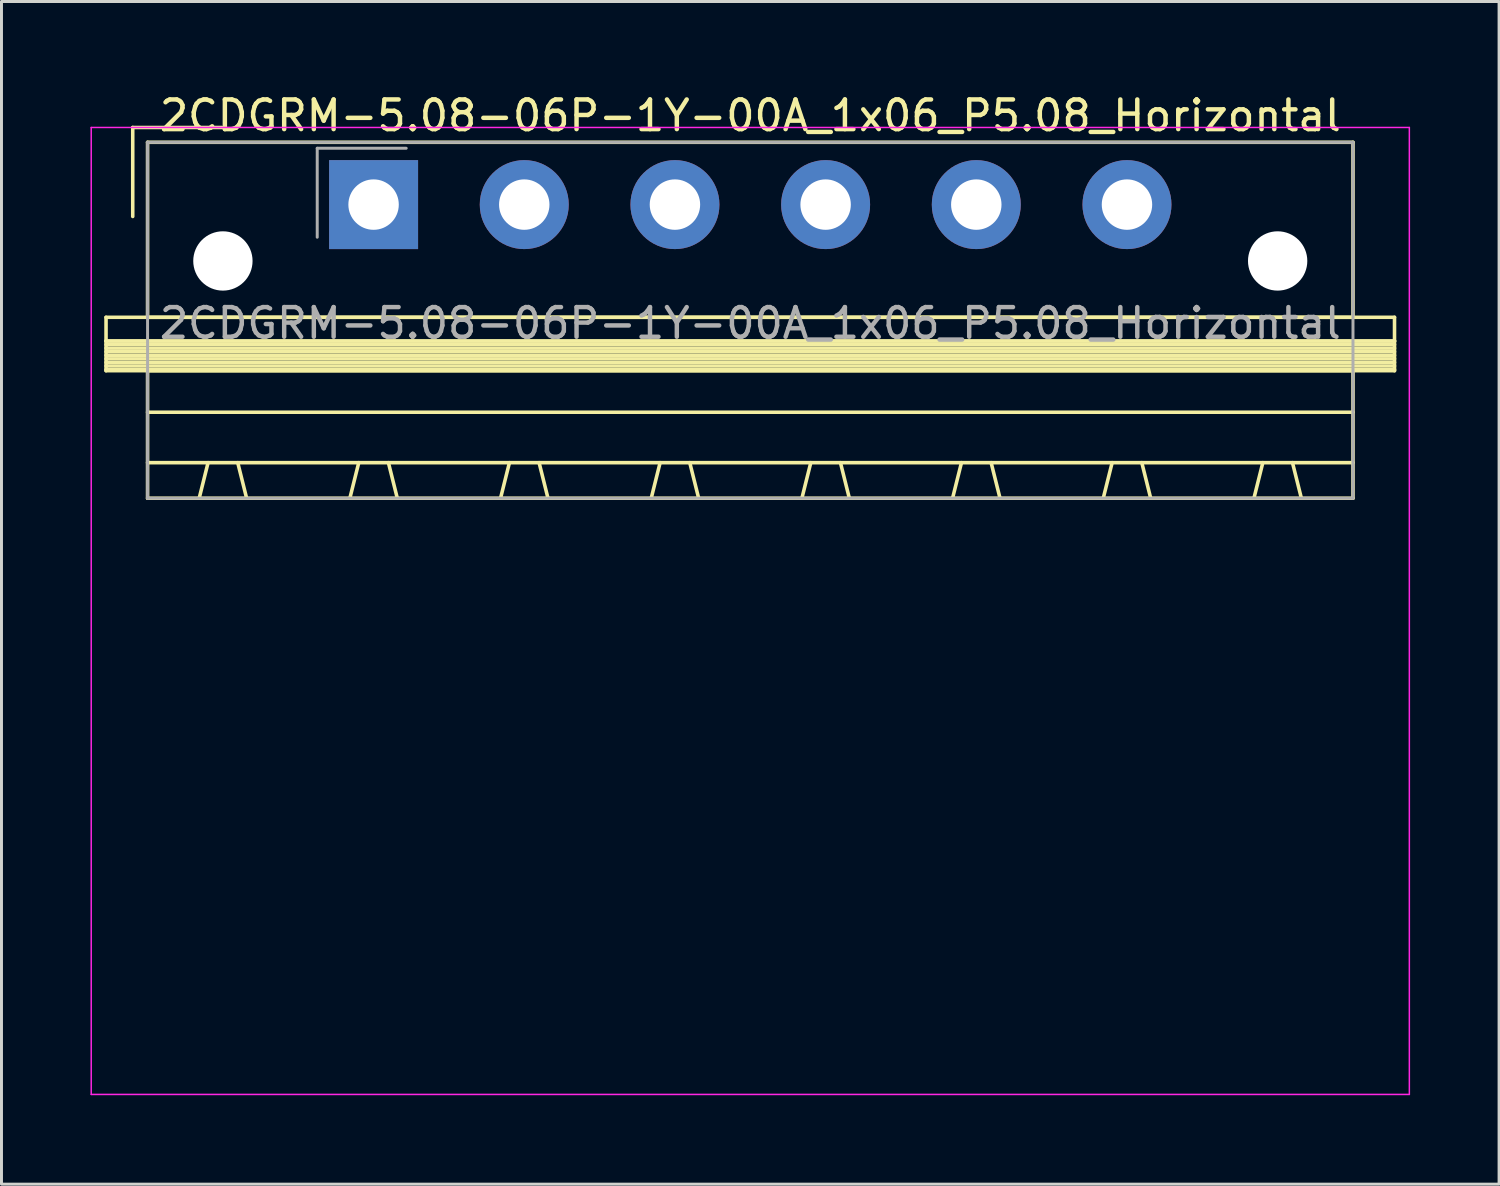
<source format=kicad_pcb>
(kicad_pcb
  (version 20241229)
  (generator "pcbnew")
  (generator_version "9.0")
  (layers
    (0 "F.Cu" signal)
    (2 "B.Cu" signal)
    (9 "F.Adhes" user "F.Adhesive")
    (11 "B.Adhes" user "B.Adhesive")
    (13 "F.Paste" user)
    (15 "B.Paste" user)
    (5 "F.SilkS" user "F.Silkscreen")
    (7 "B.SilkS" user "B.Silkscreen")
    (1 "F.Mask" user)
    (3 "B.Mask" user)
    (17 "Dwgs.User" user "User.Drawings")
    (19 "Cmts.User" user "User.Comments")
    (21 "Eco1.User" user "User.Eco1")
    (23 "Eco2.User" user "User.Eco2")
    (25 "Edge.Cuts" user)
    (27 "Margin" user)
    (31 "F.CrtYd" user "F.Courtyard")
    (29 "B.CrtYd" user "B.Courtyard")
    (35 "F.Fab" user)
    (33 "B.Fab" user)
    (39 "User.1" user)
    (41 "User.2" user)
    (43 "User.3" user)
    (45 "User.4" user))
  (footprint "2CDGRM-5.08-06P-1Y-00A_1x06_P5.08_Horizontal"
    (layer "F.Cu")
    (at 9.545 3.848)
    (property "Reference" "2CDGRM-5.08-06P-1Y-00A_1x06_P5.08_Horizontal" (at 12.7 -3 0) (layer "F.SilkS") (effects (font (size 1 1) (thickness 0.15))))
    (attr through_hole)
    (fp_line (start -9.02 3.8) (end -9.02 4.6) (stroke (width 0.12) (type solid)) (layer "F.SilkS"))
    (fp_line (start -9.02 4.6) (end -9.02 5.6) (stroke (width 0.12) (type solid)) (layer "F.SilkS"))
    (fp_line (start -9.02 4.6) (end 34.42 4.6) (stroke (width 0.12) (type solid)) (layer "F.SilkS"))
    (fp_line (start -9.02 4.72) (end 34.42 4.72) (stroke (width 0.12) (type solid)) (layer "F.SilkS"))
    (fp_line (start -9.02 4.84) (end 34.42 4.84) (stroke (width 0.12) (type solid)) (layer "F.SilkS"))
    (fp_line (start -9.02 4.96) (end 34.42 4.96) (stroke (width 0.12) (type solid)) (layer "F.SilkS"))
    (fp_line (start -9.02 5.08) (end 34.42 5.08) (stroke (width 0.12) (type solid)) (layer "F.SilkS"))
    (fp_line (start -9.02 5.2) (end 34.42 5.2) (stroke (width 0.12) (type solid)) (layer "F.SilkS"))
    (fp_line (start -9.02 5.32) (end 34.42 5.32) (stroke (width 0.12) (type solid)) (layer "F.SilkS"))
    (fp_line (start -9.02 5.44) (end 34.42 5.44) (stroke (width 0.12) (type solid)) (layer "F.SilkS"))
    (fp_line (start -9.02 5.56) (end 34.42 5.56) (stroke (width 0.12) (type solid)) (layer "F.SilkS"))
    (fp_line (start -9.02 5.6) (end 34.42 5.6) (stroke (width 0.12) (type solid)) (layer "F.SilkS"))
    (fp_line (start -8.12 -2.6) (end -8.12 0.4) (stroke (width 0.12) (type solid)) (layer "F.SilkS"))
    (fp_line (start -8.12 -2.6) (end -5.12 -2.6) (stroke (width 0.12) (type solid)) (layer "F.SilkS"))
    (fp_line (start -7.62 -2.1) (end -7.62 3.8) (stroke (width 0.12) (type solid)) (layer "F.SilkS"))
    (fp_line (start -7.62 3.8) (end 33.02 3.8) (stroke (width 0.12) (type solid)) (layer "F.SilkS"))
    (fp_line (start -7.62 5.6) (end -7.62 9.9) (stroke (width 0.12) (type solid)) (layer "F.SilkS"))
    (fp_line (start -7.62 7) (end 33.02 7) (stroke (width 0.12) (type solid)) (layer "F.SilkS"))
    (fp_line (start -7.62 8.7) (end 33.02 8.7) (stroke (width 0.12) (type solid)) (layer "F.SilkS"))
    (fp_line (start -7.62 9.9) (end 33.02 9.9) (stroke (width 0.12) (type solid)) (layer "F.SilkS"))
    (fp_line (start -5.58 8.7) (end -5.88 9.9) (stroke (width 0.12) (type solid)) (layer "F.SilkS"))
    (fp_line (start -4.58 8.7) (end -4.28 9.9) (stroke (width 0.12) (type solid)) (layer "F.SilkS"))
    (fp_line (start -0.5 8.7) (end -0.8 9.9) (stroke (width 0.12) (type solid)) (layer "F.SilkS"))
    (fp_line (start 0.5 8.7) (end 0.8 9.9) (stroke (width 0.12) (type solid)) (layer "F.SilkS"))
    (fp_line (start 4.58 8.7) (end 4.28 9.9) (stroke (width 0.12) (type solid)) (layer "F.SilkS"))
    (fp_line (start 5.58 8.7) (end 5.88 9.9) (stroke (width 0.12) (type solid)) (layer "F.SilkS"))
    (fp_line (start 9.66 8.7) (end 9.36 9.9) (stroke (width 0.12) (type solid)) (layer "F.SilkS"))
    (fp_line (start 10.66 8.7) (end 10.96 9.9) (stroke (width 0.12) (type solid)) (layer "F.SilkS"))
    (fp_line (start 14.74 8.7) (end 14.44 9.9) (stroke (width 0.12) (type solid)) (layer "F.SilkS"))
    (fp_line (start 15.74 8.7) (end 16.04 9.9) (stroke (width 0.12) (type solid)) (layer "F.SilkS"))
    (fp_line (start 19.82 8.7) (end 19.52 9.9) (stroke (width 0.12) (type solid)) (layer "F.SilkS"))
    (fp_line (start 20.82 8.7) (end 21.12 9.9) (stroke (width 0.12) (type solid)) (layer "F.SilkS"))
    (fp_line (start 24.9 8.7) (end 24.6 9.9) (stroke (width 0.12) (type solid)) (layer "F.SilkS"))
    (fp_line (start 25.9 8.7) (end 26.2 9.9) (stroke (width 0.12) (type solid)) (layer "F.SilkS"))
    (fp_line (start 29.98 8.7) (end 29.68 9.9) (stroke (width 0.12) (type solid)) (layer "F.SilkS"))
    (fp_line (start 30.98 8.7) (end 31.28 9.9) (stroke (width 0.12) (type solid)) (layer "F.SilkS"))
    (fp_line (start 33.02 -2.1) (end -7.62 -2.1) (stroke (width 0.12) (type solid)) (layer "F.SilkS"))
    (fp_line (start 33.02 3.8) (end 33.02 -2.1) (stroke (width 0.12) (type solid)) (layer "F.SilkS"))
    (fp_line (start 33.02 5.6) (end -7.62 5.6) (stroke (width 0.12) (type solid)) (layer "F.SilkS"))
    (fp_line (start 33.02 9.9) (end 33.02 5.6) (stroke (width 0.12) (type solid)) (layer "F.SilkS"))
    (fp_line (start 34.42 3.8) (end -9.02 3.8) (stroke (width 0.12) (type solid)) (layer "F.SilkS"))
    (fp_line (start 34.42 4.6) (end -9.02 4.6) (stroke (width 0.12) (type solid)) (layer "F.SilkS"))
    (fp_line (start 34.42 4.6) (end 34.42 3.8) (stroke (width 0.12) (type solid)) (layer "F.SilkS"))
    (fp_line (start 34.42 5.6) (end 34.42 4.6) (stroke (width 0.12) (type solid)) (layer "F.SilkS"))
    (fp_line (start -9.52 -2.6) (end -9.52 30) (stroke (width 0.05) (type solid)) (layer "F.CrtYd"))
    (fp_line (start -9.52 30) (end 34.92 30) (stroke (width 0.05) (type solid)) (layer "F.CrtYd"))
    (fp_line (start 34.92 -2.6) (end -9.52 -2.6) (stroke (width 0.05) (type solid)) (layer "F.CrtYd"))
    (fp_line (start 34.92 30) (end 34.92 -2.6) (stroke (width 0.05) (type solid)) (layer "F.CrtYd"))
    (fp_line (start -7.62 -2.1) (end -7.62 9.9) (stroke (width 0.1) (type solid)) (layer "F.Fab"))
    (fp_line (start -7.62 9.9) (end 33.02 9.9) (stroke (width 0.1) (type solid)) (layer "F.Fab"))
    (fp_line (start -1.9 -1.9) (end -1.9 1.1) (stroke (width 0.1) (type solid)) (layer "F.Fab"))
    (fp_line (start -1.9 -1.9) (end 1.1 -1.9) (stroke (width 0.1) (type solid)) (layer "F.Fab"))
    (fp_line (start 33.02 -2.1) (end -7.62 -2.1) (stroke (width 0.1) (type solid)) (layer "F.Fab"))
    (fp_line (start 33.02 9.9) (end 33.02 -2.1) (stroke (width 0.1) (type solid)) (layer "F.Fab"))
    (fp_text user "${REFERENCE}" (at 12.7 4 0) (layer "F.Fab") (effects (font (size 1 1) (thickness 0.15))))
    (pad "" np_thru_hole circle (at -5.08 1.9) (size 2 2) (drill 2) (layers "*.Cu" "*.Mask"))
    (pad "" np_thru_hole circle (at 30.48 1.9) (size 2 2) (drill 2) (layers "*.Cu" "*.Mask"))
    (pad "1" thru_hole rect (at 0 0) (size 3 3) (drill 1.7) (layers "*.Cu" "*.Mask"))
    (pad "2" thru_hole circle (at 5.08 0) (size 3 3) (drill 1.7) (layers "*.Cu" "*.Mask"))
    (pad "3" thru_hole circle (at 10.16 0) (size 3 3) (drill 1.7) (layers "*.Cu" "*.Mask"))
    (pad "4" thru_hole circle (at 15.24 0) (size 3 3) (drill 1.7) (layers "*.Cu" "*.Mask"))
    (pad "5" thru_hole circle (at 20.32 0) (size 3 3) (drill 1.7) (layers "*.Cu" "*.Mask"))
    (pad "6" thru_hole circle (at 25.4 0) (size 3 3) (drill 1.7) (layers "*.Cu" "*.Mask")))
  (gr_rect
    (start -3 -3)
    (end 47.49 36.873)
    (stroke (width 0.1) (type default))
    (fill no)
    (layer "Edge.Cuts")))
</source>
